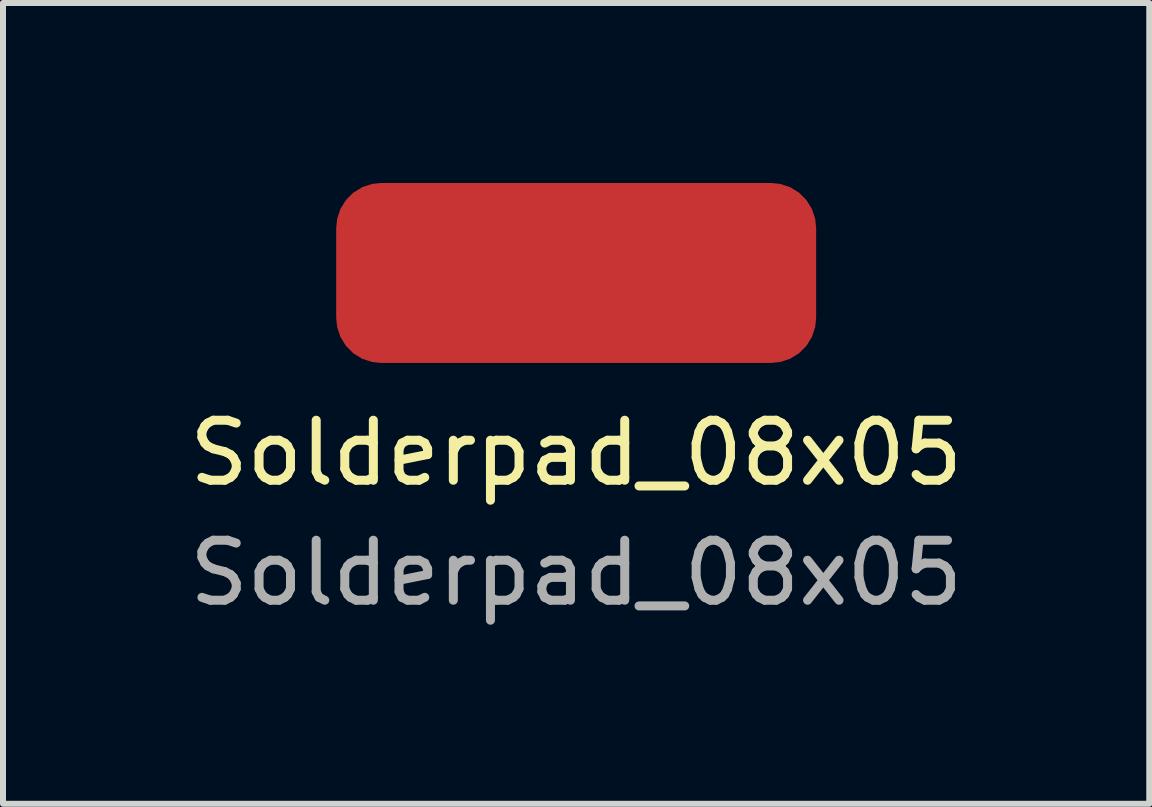
<source format=kicad_pcb>
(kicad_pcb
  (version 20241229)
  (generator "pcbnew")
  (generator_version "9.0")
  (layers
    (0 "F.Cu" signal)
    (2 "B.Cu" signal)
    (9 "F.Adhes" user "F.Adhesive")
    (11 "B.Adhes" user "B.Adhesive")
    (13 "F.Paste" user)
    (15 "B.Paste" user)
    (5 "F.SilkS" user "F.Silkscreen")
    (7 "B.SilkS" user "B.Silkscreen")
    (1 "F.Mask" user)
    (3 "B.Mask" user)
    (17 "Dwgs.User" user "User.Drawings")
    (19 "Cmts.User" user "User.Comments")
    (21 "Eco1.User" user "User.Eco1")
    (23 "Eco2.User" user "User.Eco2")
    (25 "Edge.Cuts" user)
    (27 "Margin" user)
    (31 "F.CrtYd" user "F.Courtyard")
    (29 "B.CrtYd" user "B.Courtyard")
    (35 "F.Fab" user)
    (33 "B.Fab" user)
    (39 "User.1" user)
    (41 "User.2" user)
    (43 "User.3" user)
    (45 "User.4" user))
  (footprint "Solderpad_08x05"
    (layer "F.Cu")
    (at 6.554 4)
    (property "Reference" "Solderpad_08x05" (at 0 0.5 0) (unlocked yes) (layer "F.SilkS") (effects (font (size 1 1) (thickness 0.15))))
    (attr smd)
    (fp_text user "${REFERENCE}" (at 0 2.5 0) (unlocked yes) (layer "F.Fab") (effects (font (size 1 1) (thickness 0.15))))
    (pad "1" smd roundrect (at 0 -2.5) (size 8 3) (layers "F.Cu" "F.Mask" "F.Paste") (roundrect_rratio 0.25)))
  (gr_rect
    (start -3 -3)
    (end 16.107 10.348)
    (stroke (width 0.1) (type default))
    (fill no)
    (layer "Edge.Cuts")))
</source>
